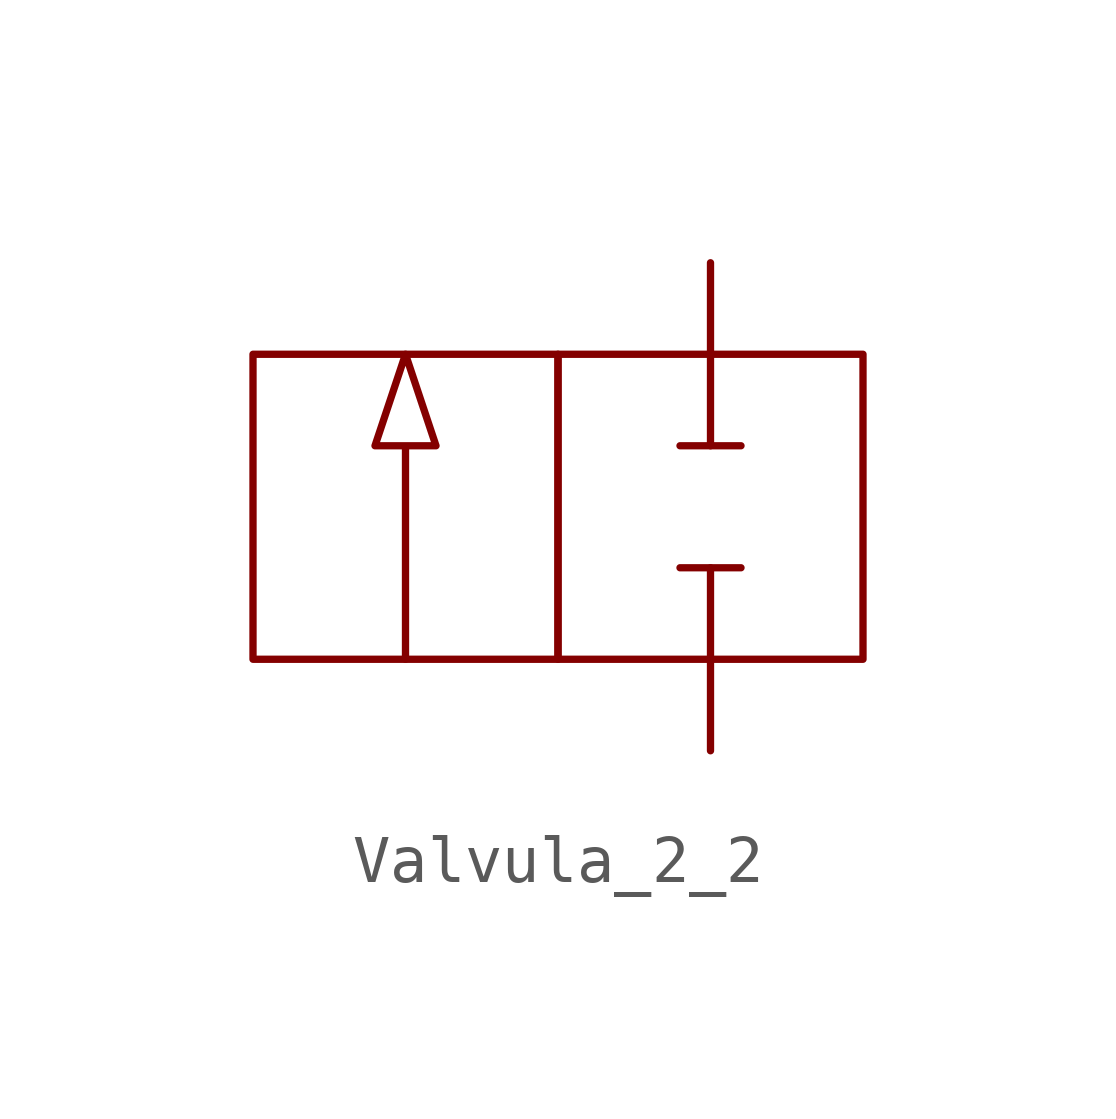
<source format=kicad_sym>
(kicad_symbol_lib
  (version 20211014)
  (generator kicad_symbol_editor)
  (symbol "Valvula_2_2"
    (pin_names
      (offset 1.016))
    (property "Reference" "V"
      (at -1.27 -2.54 0)
      (effects (font (size 2.54 2.54)) (justify left) hide))
    (symbol "Valvula_2_2_0_1"
      (polyline (pts (xy 2.54 1.905) (xy 3.81 1.905)) (stroke (width 0) (type default) (color 0 0 0 0)) (fill (type none)))
      (polyline (pts (xy 3.175 0) (xy 3.175 1.905)) (stroke (width 0) (type default) (color 0 0 0 0)) (fill (type none)))
      (polyline (pts (xy 3.175 6.35) (xy 3.175 4.445)) (stroke (width 0) (type default) (color 0 0 0 0)) (fill (type none)))
      (polyline (pts (xy 3.81 4.445) (xy 2.54 4.445)) (stroke (width 0) (type default) (color 0 0 0 0)) (fill (type none)))
      (polyline (pts (xy -3.175 0) (xy -3.175 4.445) (xy -2.54 4.445) (xy -3.175 6.35) (xy -3.81 4.445) (xy -3.175 4.445)) (stroke (width 0) (type default) (color 0 0 0 0)) (fill (type none)))
      (rectangle (start 0 6.35) (end -6.35 0) (stroke (width 0) (type default) (color 0 0 0 0)) (fill (type none)))
      (rectangle (start 0 6.35) (end 6.35 0) (stroke (width 0) (type default) (color 0 0 0 0)) (fill (type none))))
    (symbol "Valvula_2_2_1_1"
      (pin output line (at 3.175 -1.905 90) (length 1.905) (name "" (effects (font (size 1.27 1.27)))) (number "" (effects (font (size 1.27 1.27)))))
      (pin output line (at 3.175 8.255 270) (length 1.905) (name "" (effects (font (size 1.27 1.27)))) (number "" (effects (font (size 1.27 1.27))))))))
</source>
